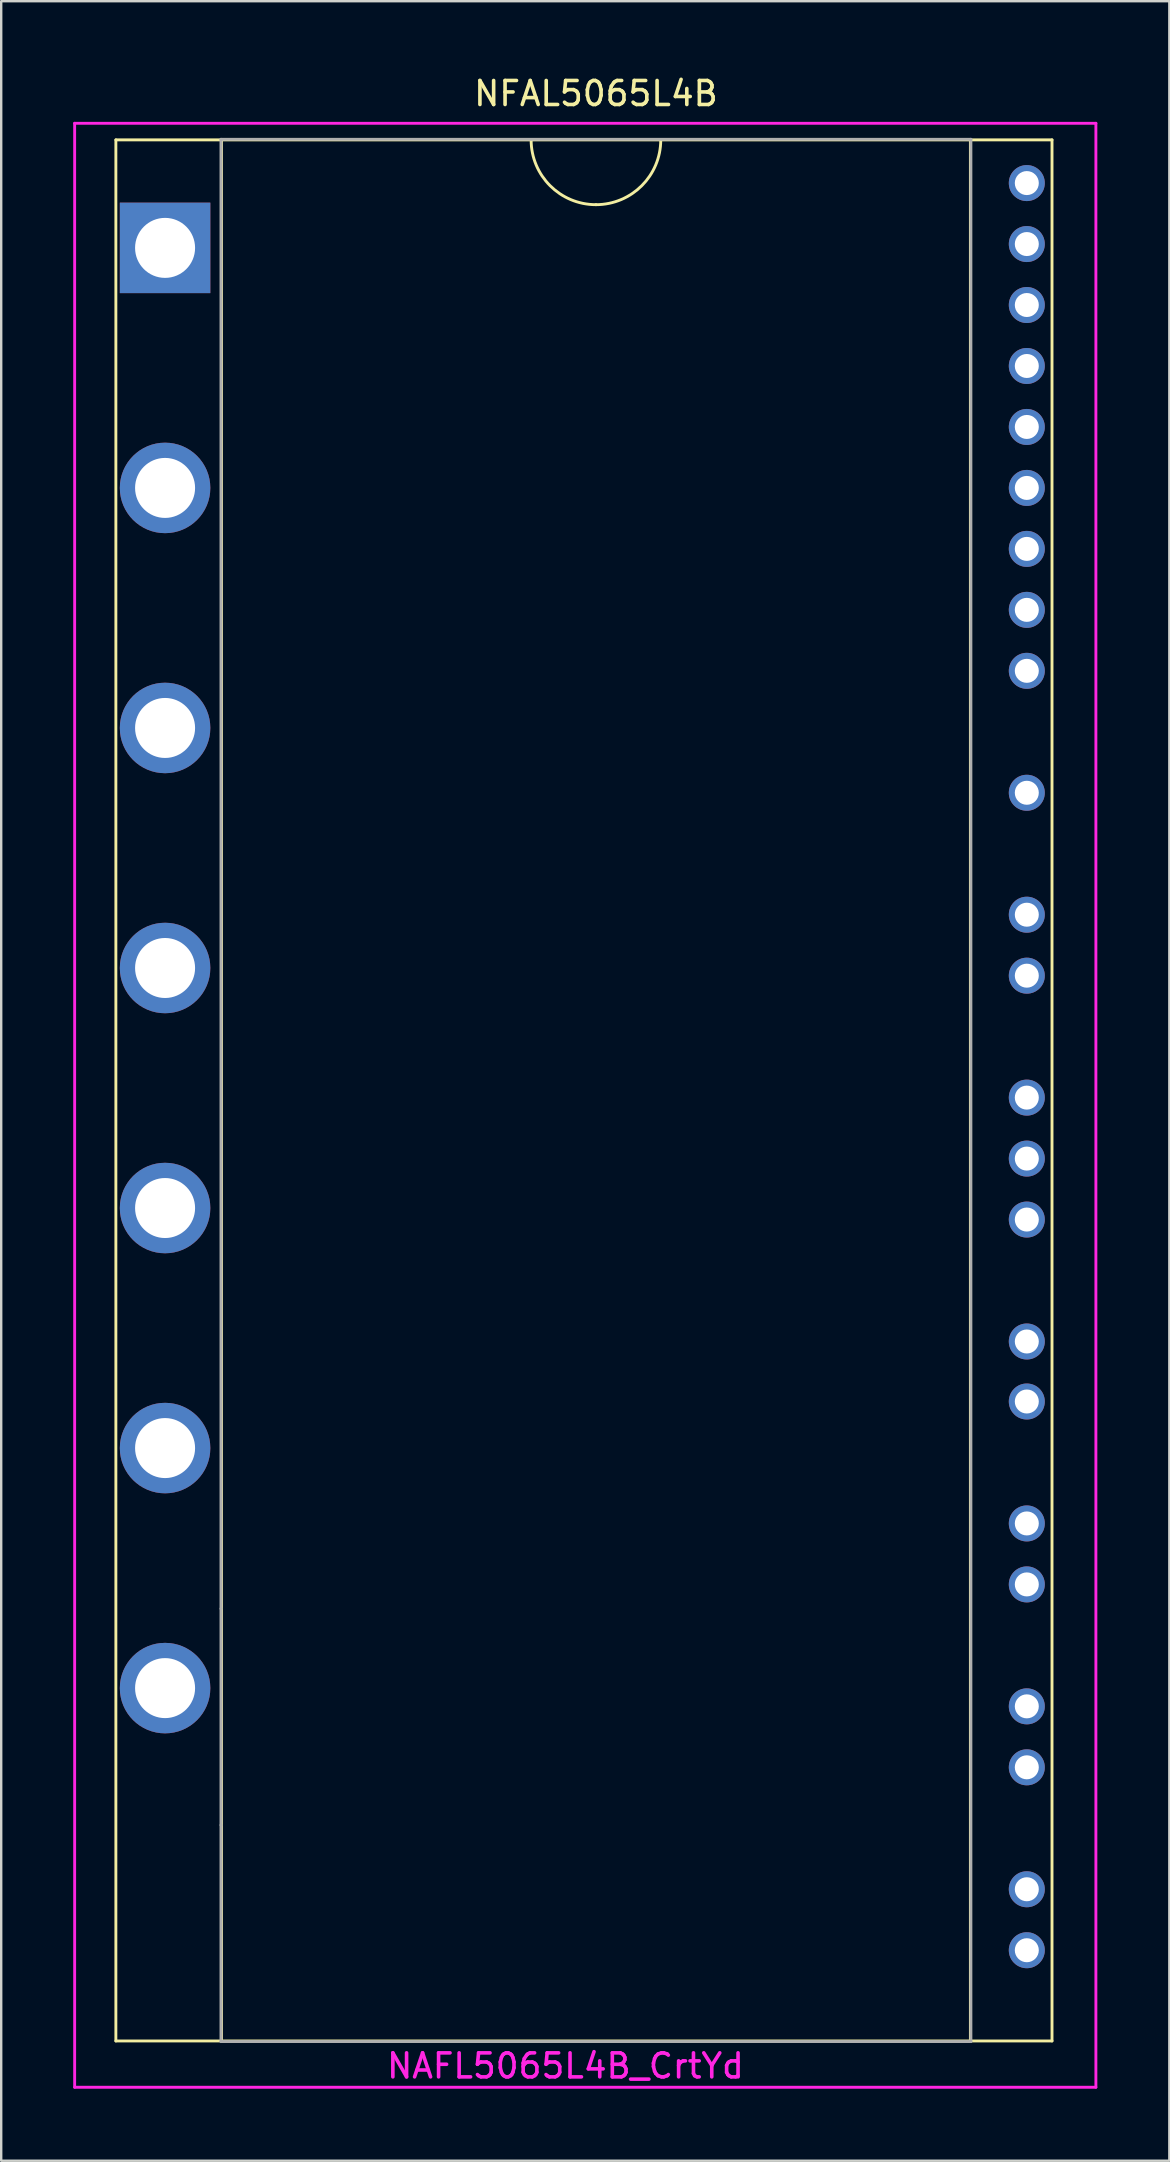
<source format=kicad_pcb>
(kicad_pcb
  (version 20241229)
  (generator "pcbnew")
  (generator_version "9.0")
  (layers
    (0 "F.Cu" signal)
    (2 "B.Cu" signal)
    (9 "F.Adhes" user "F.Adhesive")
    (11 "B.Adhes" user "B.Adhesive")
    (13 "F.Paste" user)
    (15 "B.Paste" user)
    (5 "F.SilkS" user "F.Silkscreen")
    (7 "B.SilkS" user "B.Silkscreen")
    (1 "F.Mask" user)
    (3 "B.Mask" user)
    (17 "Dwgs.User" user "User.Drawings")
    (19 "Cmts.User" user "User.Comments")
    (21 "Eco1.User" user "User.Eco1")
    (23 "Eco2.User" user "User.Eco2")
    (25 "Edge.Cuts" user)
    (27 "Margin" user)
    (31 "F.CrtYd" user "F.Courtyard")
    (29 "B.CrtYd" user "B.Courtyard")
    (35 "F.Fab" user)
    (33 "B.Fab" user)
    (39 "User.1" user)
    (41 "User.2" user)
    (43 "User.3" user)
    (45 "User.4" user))
  (footprint "NFAL5065L4B"
    (layer "F.Cu")
    (at 21.777 42.377)
    (property "Reference" "NFAL5065L4B" (at 0 -41.529 180) (layer "F.SilkS") (effects (font (size 1 1) (thickness 0.15))))
    (attr through_hole)
    (fp_line (start -20 -39.6) (end 19 -39.6) (stroke (width 0.12) (type solid)) (layer "F.SilkS"))
    (fp_line (start -20 39.6) (end -20 -39.6) (stroke (width 0.12) (type solid)) (layer "F.SilkS"))
    (fp_line (start -20 39.6) (end 19 39.6) (stroke (width 0.12) (type solid)) (layer "F.SilkS"))
    (fp_line (start -15.6 -39.6) (end -15.6 39.6) (stroke (width 0.12) (type solid)) (layer "F.SilkS"))
    (fp_line (start 15.6 -39.6) (end 15.6 39.6) (stroke (width 0.12) (type solid)) (layer "F.SilkS"))
    (fp_line (start 19 -39.6) (end 19 39.6) (stroke (width 0.12) (type solid)) (layer "F.SilkS"))
    (fp_arc (start 0 -36.9) (mid -1.909188 -37.690812) (end -2.7 -39.6) (stroke (width 0.12) (type solid)) (layer "F.SilkS"))
    (fp_arc (start 2.7 -39.6) (mid 1.909188 -37.690812) (end 0 -36.9) (stroke (width 0.12) (type solid)) (layer "F.SilkS"))
    (fp_line (start -21.717 -40.291) (end -21.717 41.529) (stroke (width 0.12) (type solid)) (layer "F.CrtYd"))
    (fp_line (start -21.717 41.529) (end 20.828 41.529) (stroke (width 0.12) (type solid)) (layer "F.CrtYd"))
    (fp_line (start 20.828 -40.291) (end -21.717 -40.291) (stroke (width 0.12) (type solid)) (layer "F.CrtYd"))
    (fp_line (start 20.828 41.529) (end 20.828 -40.291) (stroke (width 0.12) (type solid)) (layer "F.CrtYd"))
    (fp_line (start -15.621 -39.624) (end -15.621 21.59) (stroke (width 0.12) (type solid)) (layer "F.Fab"))
    (fp_line (start -15.621 21.59) (end -15.621 30.607) (stroke (width 0.12) (type solid)) (layer "F.Fab"))
    (fp_line (start -15.621 30.607) (end -15.621 39.624) (stroke (width 0.12) (type solid)) (layer "F.Fab"))
    (fp_line (start -15.621 39.624) (end 15.621 39.624) (stroke (width 0.12) (type solid)) (layer "F.Fab"))
    (fp_line (start 15.621 -39.624) (end -15.621 -39.624) (stroke (width 0.12) (type solid)) (layer "F.Fab"))
    (fp_line (start 15.621 39.624) (end 15.621 -39.624) (stroke (width 0.12) (type solid)) (layer "F.Fab"))
    (fp_text user "NAFL5065L4B_CrtYd" (at -1.27 40.64 180) (layer "F.CrtYd") (effects (font (size 1 1) (thickness 0.15))))
    (pad "1" thru_hole rect (at -17.95 -35.1) (size 3.77 3.77) (drill 2.5) (layers "*.Cu" "*.Mask"))
    (pad "2" thru_hole circle (at -17.95 -25.1) (size 3.77 3.77) (drill 2.5) (layers "*.Cu" "*.Mask"))
    (pad "3" thru_hole circle (at -17.95 -15.1) (size 3.77 3.77) (drill 2.5) (layers "*.Cu" "*.Mask"))
    (pad "4" thru_hole circle (at -17.95 -5.1) (size 3.77 3.77) (drill 2.5) (layers "*.Cu" "*.Mask"))
    (pad "5" thru_hole circle (at -17.95 4.9) (size 3.77 3.77) (drill 2.5) (layers "*.Cu" "*.Mask"))
    (pad "6" thru_hole circle (at -17.95 14.9) (size 3.77 3.77) (drill 2.5) (layers "*.Cu" "*.Mask"))
    (pad "7" thru_hole circle (at -17.95 24.9) (size 3.77 3.77) (drill 2.5) (layers "*.Cu" "*.Mask"))
    (pad "8" thru_hole circle (at 17.95 35.82) (size 1.5 1.5) (drill 1) (layers "*.Cu" "*.Mask"))
    (pad "9" thru_hole circle (at 17.95 33.28) (size 1.5 1.5) (drill 1) (layers "*.Cu" "*.Mask"))
    (pad "10" thru_hole circle (at 17.95 28.2) (size 1.5 1.5) (drill 1) (layers "*.Cu" "*.Mask"))
    (pad "11" thru_hole circle (at 17.95 25.66) (size 1.5 1.5) (drill 1) (layers "*.Cu" "*.Mask"))
    (pad "12" thru_hole circle (at 17.95 20.58) (size 1.5 1.5) (drill 1) (layers "*.Cu" "*.Mask"))
    (pad "13" thru_hole circle (at 17.95 18.04) (size 1.5 1.5) (drill 1) (layers "*.Cu" "*.Mask"))
    (pad "14" thru_hole circle (at 17.95 12.96) (size 1.5 1.5) (drill 1) (layers "*.Cu" "*.Mask"))
    (pad "15" thru_hole circle (at 17.95 10.46) (size 1.5 1.5) (drill 1) (layers "*.Cu" "*.Mask"))
    (pad "16" thru_hole circle (at 17.95 5.38) (size 1.5 1.5) (drill 1) (layers "*.Cu" "*.Mask"))
    (pad "17" thru_hole circle (at 17.95 2.84) (size 1.5 1.5) (drill 1) (layers "*.Cu" "*.Mask"))
    (pad "18" thru_hole circle (at 17.95 0.3) (size 1.5 1.5) (drill 1) (layers "*.Cu" "*.Mask"))
    (pad "19" thru_hole circle (at 17.95 -4.78) (size 1.5 1.5) (drill 1) (layers "*.Cu" "*.Mask"))
    (pad "20" thru_hole circle (at 17.95 -7.32) (size 1.5 1.5) (drill 1) (layers "*.Cu" "*.Mask"))
    (pad "21" thru_hole circle (at 17.95 -12.4) (size 1.5 1.5) (drill 1) (layers "*.Cu" "*.Mask"))
    (pad "22" thru_hole circle (at 17.95 -17.48) (size 1.5 1.5) (drill 1) (layers "*.Cu" "*.Mask"))
    (pad "23" thru_hole circle (at 17.95 -20.02) (size 1.5 1.5) (drill 1) (layers "*.Cu" "*.Mask"))
    (pad "24" thru_hole circle (at 17.95 -22.56) (size 1.5 1.5) (drill 1) (layers "*.Cu" "*.Mask"))
    (pad "25" thru_hole circle (at 17.95 -25.1) (size 1.5 1.5) (drill 1) (layers "*.Cu" "*.Mask"))
    (pad "26" thru_hole circle (at 17.95 -27.64) (size 1.5 1.5) (drill 1) (layers "*.Cu" "*.Mask"))
    (pad "27" thru_hole circle (at 17.95 -30.18) (size 1.5 1.5) (drill 1) (layers "*.Cu" "*.Mask"))
    (pad "28" thru_hole circle (at 17.95 -32.72) (size 1.5 1.5) (drill 1) (layers "*.Cu" "*.Mask"))
    (pad "29" thru_hole circle (at 17.95 -35.26) (size 1.5 1.5) (drill 1) (layers "*.Cu" "*.Mask"))
    (pad "30" thru_hole circle (at 17.95 -37.8) (size 1.5 1.5) (drill 1) (layers "*.Cu" "*.Mask")))
  (gr_rect
    (start -3 -3)
    (end 45.665 86.966)
    (stroke (width 0.1) (type default))
    (fill no)
    (layer "Edge.Cuts")))
</source>
